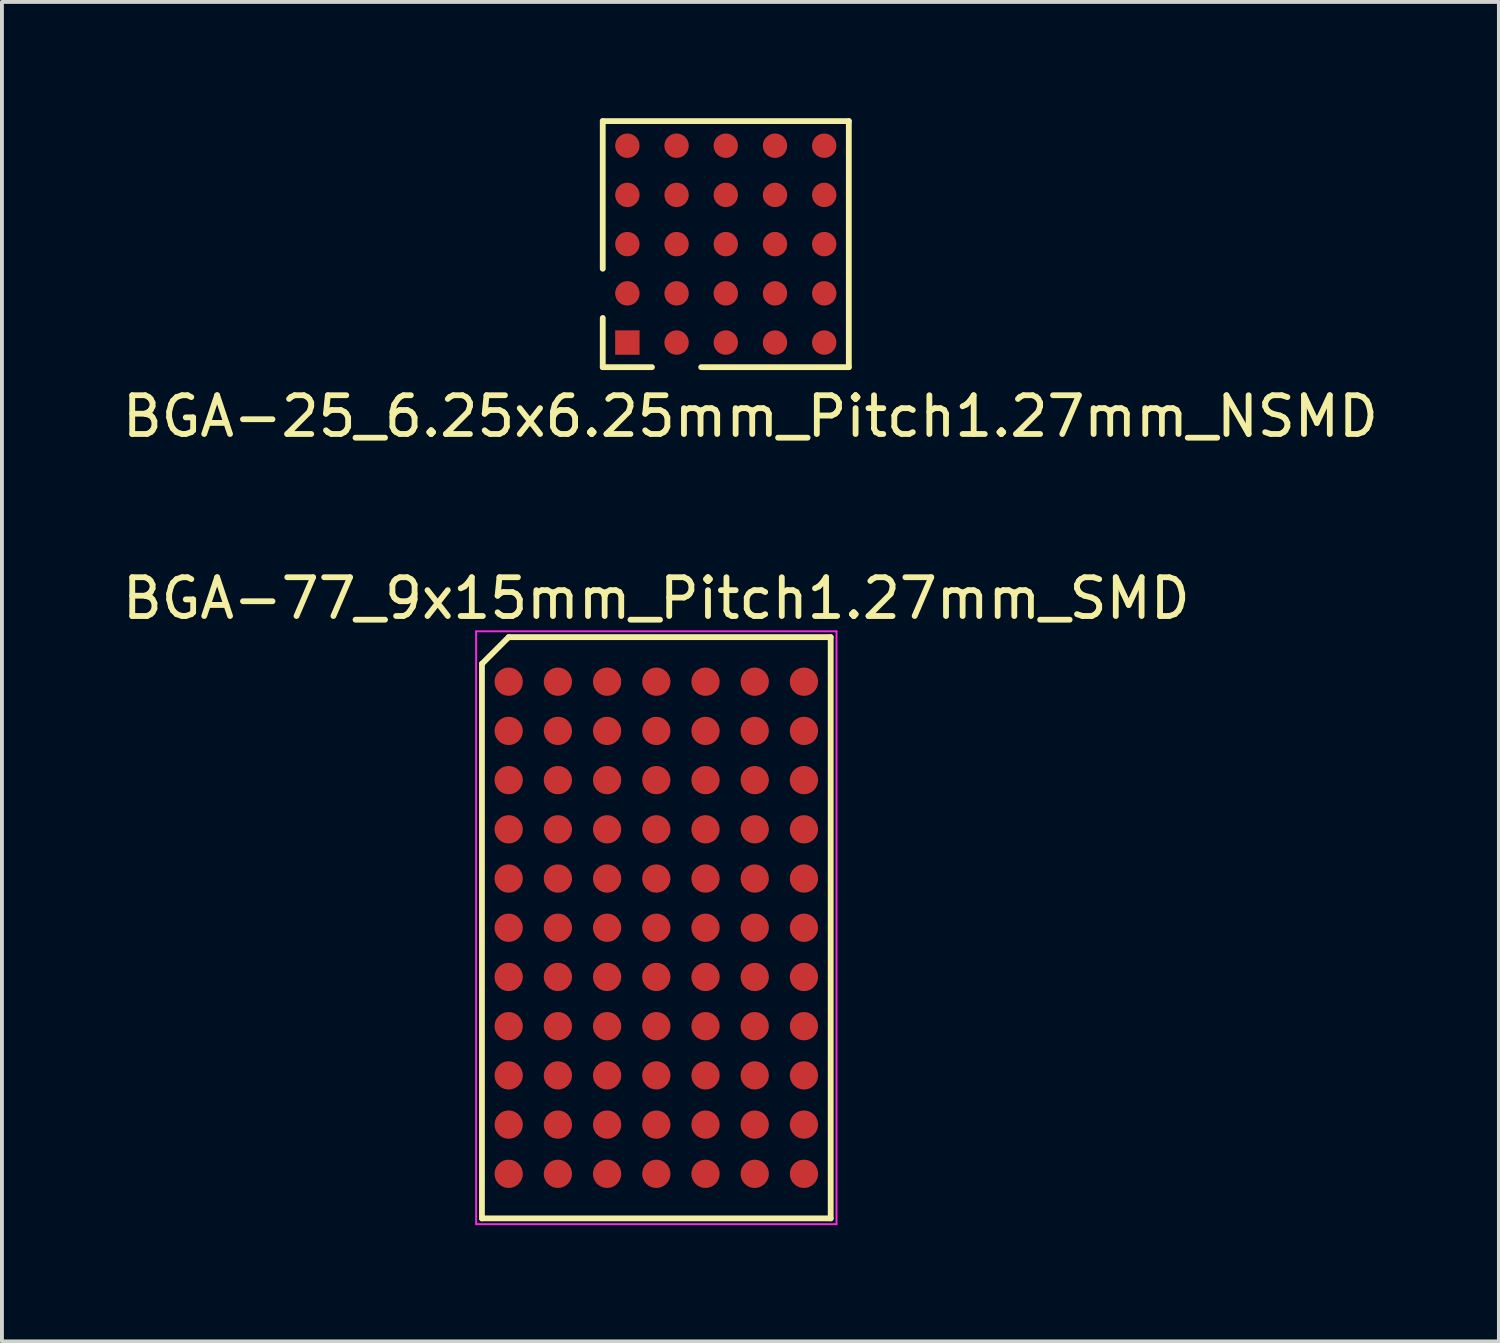
<source format=kicad_pcb>
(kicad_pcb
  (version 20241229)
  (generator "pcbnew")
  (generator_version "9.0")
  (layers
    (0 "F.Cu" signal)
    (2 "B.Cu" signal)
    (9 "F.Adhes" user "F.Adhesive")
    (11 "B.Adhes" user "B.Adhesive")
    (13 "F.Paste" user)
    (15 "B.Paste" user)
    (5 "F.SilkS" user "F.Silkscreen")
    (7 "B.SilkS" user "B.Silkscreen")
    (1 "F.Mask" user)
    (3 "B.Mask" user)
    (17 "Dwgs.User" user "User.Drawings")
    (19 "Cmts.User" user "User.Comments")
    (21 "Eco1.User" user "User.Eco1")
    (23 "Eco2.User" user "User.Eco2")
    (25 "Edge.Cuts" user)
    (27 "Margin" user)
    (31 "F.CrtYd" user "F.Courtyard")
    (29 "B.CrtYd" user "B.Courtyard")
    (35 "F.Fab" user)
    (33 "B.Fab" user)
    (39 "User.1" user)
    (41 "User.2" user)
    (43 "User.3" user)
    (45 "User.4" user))
  (footprint "BGA-25_6.25x6.25mm_Pitch1.27mm_NSMD"
    (layer "F.Cu")
    (at 15.68 3.25)
    (property "Reference" "BGA-25_6.25x6.25mm_Pitch1.27mm_NSMD" (at 0.635 4.445 180) (layer "F.SilkS") (effects (font (size 1 1) (thickness 0.15))))
    (attr smd)
    (fp_line (start -3.175 -3.175) (end 3.175 -3.175) (stroke (width 0.15) (type solid)) (layer "F.SilkS"))
    (fp_line (start -3.175 0.635) (end -3.175 -3.175) (stroke (width 0.15) (type solid)) (layer "F.SilkS"))
    (fp_line (start -3.175 1.905) (end -3.175 3.175) (stroke (width 0.15) (type solid)) (layer "F.SilkS"))
    (fp_line (start -3.175 3.175) (end -1.905 3.175) (stroke (width 0.15) (type solid)) (layer "F.SilkS"))
    (fp_line (start 3.175 -3.175) (end 3.175 3.175) (stroke (width 0.15) (type solid)) (layer "F.SilkS"))
    (fp_line (start 3.175 3.175) (end -0.635 3.175) (stroke (width 0.15) (type solid)) (layer "F.SilkS"))
    (pad "A1" smd rect (at -2.54 2.54) (size 0.63 0.63) (layers "F.Cu" "F.Mask" "F.Paste"))
    (pad "A2" smd circle (at -2.54 1.27) (size 0.63 0.63) (layers "F.Cu" "F.Mask" "F.Paste"))
    (pad "A3" smd circle (at -2.54 0) (size 0.63 0.63) (layers "F.Cu" "F.Mask" "F.Paste"))
    (pad "A4" smd circle (at -2.54 -1.27) (size 0.63 0.63) (layers "F.Cu" "F.Mask" "F.Paste"))
    (pad "A5" smd circle (at -2.54 -2.54) (size 0.63 0.63) (layers "F.Cu" "F.Mask" "F.Paste"))
    (pad "B1" smd circle (at -1.27 2.54) (size 0.63 0.63) (layers "F.Cu" "F.Mask" "F.Paste"))
    (pad "B2" smd circle (at -1.27 1.27) (size 0.63 0.63) (layers "F.Cu" "F.Mask" "F.Paste"))
    (pad "B3" smd circle (at -1.27 0) (size 0.63 0.63) (layers "F.Cu" "F.Mask" "F.Paste"))
    (pad "B4" smd circle (at -1.27 -1.27) (size 0.63 0.63) (layers "F.Cu" "F.Mask" "F.Paste"))
    (pad "B5" smd circle (at -1.27 -2.54) (size 0.63 0.63) (layers "F.Cu" "F.Mask" "F.Paste"))
    (pad "C1" smd circle (at 0 2.54) (size 0.63 0.63) (layers "F.Cu" "F.Mask" "F.Paste"))
    (pad "C2" smd circle (at 0 1.27) (size 0.63 0.63) (layers "F.Cu" "F.Mask" "F.Paste"))
    (pad "C3" smd circle (at 0 0) (size 0.63 0.63) (layers "F.Cu" "F.Mask" "F.Paste"))
    (pad "C4" smd circle (at 0 -1.27) (size 0.63 0.63) (layers "F.Cu" "F.Mask" "F.Paste"))
    (pad "C5" smd circle (at 0 -2.54) (size 0.63 0.63) (layers "F.Cu" "F.Mask" "F.Paste"))
    (pad "D1" smd circle (at 1.27 2.54) (size 0.63 0.63) (layers "F.Cu" "F.Mask" "F.Paste"))
    (pad "D2" smd circle (at 1.27 1.27) (size 0.63 0.63) (layers "F.Cu" "F.Mask" "F.Paste"))
    (pad "D3" smd circle (at 1.27 0) (size 0.63 0.63) (layers "F.Cu" "F.Mask" "F.Paste"))
    (pad "D4" smd circle (at 1.27 -1.27) (size 0.63 0.63) (layers "F.Cu" "F.Mask" "F.Paste"))
    (pad "D5" smd circle (at 1.27 -2.54) (size 0.63 0.63) (layers "F.Cu" "F.Mask" "F.Paste"))
    (pad "E1" smd circle (at 2.54 2.54) (size 0.63 0.63) (layers "F.Cu" "F.Mask" "F.Paste"))
    (pad "E2" smd circle (at 2.54 1.27) (size 0.63 0.63) (layers "F.Cu" "F.Mask" "F.Paste"))
    (pad "E3" smd circle (at 2.54 0) (size 0.63 0.63) (layers "F.Cu" "F.Mask" "F.Paste"))
    (pad "E4" smd circle (at 2.54 -1.27) (size 0.63 0.63) (layers "F.Cu" "F.Mask" "F.Paste"))
    (pad "E5" smd circle (at 2.54 -2.54) (size 0.63 0.63) (layers "F.Cu" "F.Mask" "F.Paste")))
  (footprint "BGA-77_9x15mm_Pitch1.27mm_SMD"
    (layer "F.Cu")
    (at 13.887 20.892)
    (property "Reference" "BGA-77_9x15mm_Pitch1.27mm_SMD" (at 0 -8.5 0) (layer "F.SilkS") (effects (font (size 1 1) (thickness 0.15))))
    (attr smd)
    (fp_line (start -4.5 -6.81) (end -4.5 7.5) (stroke (width 0.15) (type solid)) (layer "F.SilkS"))
    (fp_line (start -4.5 7.5) (end 4.5 7.5) (stroke (width 0.15) (type solid)) (layer "F.SilkS"))
    (fp_line (start -3.81 -7.5) (end -4.5 -6.81) (stroke (width 0.15) (type solid)) (layer "F.SilkS"))
    (fp_line (start 4.5 -7.5) (end -3.81 -7.5) (stroke (width 0.15) (type solid)) (layer "F.SilkS"))
    (fp_line (start 4.5 7.5) (end 4.5 -7.5) (stroke (width 0.15) (type solid)) (layer "F.SilkS"))
    (fp_line (start -4.65 -7.65) (end 4.65 -7.65) (stroke (width 0.05) (type solid)) (layer "F.CrtYd"))
    (fp_line (start -4.65 7.65) (end -4.65 -7.65) (stroke (width 0.05) (type solid)) (layer "F.CrtYd"))
    (fp_line (start 4.65 -7.65) (end 4.65 7.65) (stroke (width 0.05) (type solid)) (layer "F.CrtYd"))
    (fp_line (start 4.65 7.65) (end -4.65 7.65) (stroke (width 0.05) (type solid)) (layer "F.CrtYd"))
    (pad "A1" smd circle (at -3.81 -6.35) (size 0.73 0.73) (layers "F.Cu" "F.Mask" "F.Paste"))
    (pad "A2" smd circle (at -2.54 -6.35) (size 0.73 0.73) (layers "F.Cu" "F.Mask" "F.Paste"))
    (pad "A3" smd circle (at -1.27 -6.35) (size 0.73 0.73) (layers "F.Cu" "F.Mask" "F.Paste"))
    (pad "A4" smd circle (at 0 -6.35) (size 0.73 0.73) (layers "F.Cu" "F.Mask" "F.Paste"))
    (pad "A5" smd circle (at 1.27 -6.35) (size 0.73 0.73) (layers "F.Cu" "F.Mask" "F.Paste"))
    (pad "A6" smd circle (at 2.54 -6.35) (size 0.73 0.73) (layers "F.Cu" "F.Mask" "F.Paste"))
    (pad "A7" smd circle (at 3.81 -6.35) (size 0.73 0.73) (layers "F.Cu" "F.Mask" "F.Paste"))
    (pad "B1" smd circle (at -3.81 -5.08) (size 0.73 0.73) (layers "F.Cu" "F.Mask" "F.Paste"))
    (pad "B2" smd circle (at -2.54 -5.08) (size 0.73 0.73) (layers "F.Cu" "F.Mask" "F.Paste"))
    (pad "B3" smd circle (at -1.27 -5.08) (size 0.73 0.73) (layers "F.Cu" "F.Mask" "F.Paste"))
    (pad "B4" smd circle (at 0 -5.08) (size 0.73 0.73) (layers "F.Cu" "F.Mask" "F.Paste"))
    (pad "B5" smd circle (at 1.27 -5.08) (size 0.73 0.73) (layers "F.Cu" "F.Mask" "F.Paste"))
    (pad "B6" smd circle (at 2.54 -5.08) (size 0.73 0.73) (layers "F.Cu" "F.Mask" "F.Paste"))
    (pad "B7" smd circle (at 3.81 -5.08) (size 0.73 0.73) (layers "F.Cu" "F.Mask" "F.Paste"))
    (pad "C1" smd circle (at -3.81 -3.81) (size 0.73 0.73) (layers "F.Cu" "F.Mask" "F.Paste"))
    (pad "C2" smd circle (at -2.54 -3.81) (size 0.73 0.73) (layers "F.Cu" "F.Mask" "F.Paste"))
    (pad "C3" smd circle (at -1.27 -3.81) (size 0.73 0.73) (layers "F.Cu" "F.Mask" "F.Paste"))
    (pad "C4" smd circle (at 0 -3.81) (size 0.73 0.73) (layers "F.Cu" "F.Mask" "F.Paste"))
    (pad "C5" smd circle (at 1.27 -3.81) (size 0.73 0.73) (layers "F.Cu" "F.Mask" "F.Paste"))
    (pad "C6" smd circle (at 2.54 -3.81) (size 0.73 0.73) (layers "F.Cu" "F.Mask" "F.Paste"))
    (pad "C7" smd circle (at 3.81 -3.81) (size 0.73 0.73) (layers "F.Cu" "F.Mask" "F.Paste"))
    (pad "D1" smd circle (at -3.81 -2.54) (size 0.73 0.73) (layers "F.Cu" "F.Mask" "F.Paste"))
    (pad "D2" smd circle (at -2.54 -2.54) (size 0.73 0.73) (layers "F.Cu" "F.Mask" "F.Paste"))
    (pad "D3" smd circle (at -1.27 -2.54) (size 0.73 0.73) (layers "F.Cu" "F.Mask" "F.Paste"))
    (pad "D4" smd circle (at 0 -2.54) (size 0.73 0.73) (layers "F.Cu" "F.Mask" "F.Paste"))
    (pad "D5" smd circle (at 1.27 -2.54) (size 0.73 0.73) (layers "F.Cu" "F.Mask" "F.Paste"))
    (pad "D6" smd circle (at 2.54 -2.54) (size 0.73 0.73) (layers "F.Cu" "F.Mask" "F.Paste"))
    (pad "D7" smd circle (at 3.81 -2.54) (size 0.73 0.73) (layers "F.Cu" "F.Mask" "F.Paste"))
    (pad "E1" smd circle (at -3.81 -1.27) (size 0.73 0.73) (layers "F.Cu" "F.Mask" "F.Paste"))
    (pad "E2" smd circle (at -2.54 -1.27) (size 0.73 0.73) (layers "F.Cu" "F.Mask" "F.Paste"))
    (pad "E3" smd circle (at -1.27 -1.27) (size 0.73 0.73) (layers "F.Cu" "F.Mask" "F.Paste"))
    (pad "E4" smd circle (at 0 -1.27) (size 0.73 0.73) (layers "F.Cu" "F.Mask" "F.Paste"))
    (pad "E5" smd circle (at 1.27 -1.27) (size 0.73 0.73) (layers "F.Cu" "F.Mask" "F.Paste"))
    (pad "E6" smd circle (at 2.54 -1.27) (size 0.73 0.73) (layers "F.Cu" "F.Mask" "F.Paste"))
    (pad "E7" smd circle (at 3.81 -1.27) (size 0.73 0.73) (layers "F.Cu" "F.Mask" "F.Paste"))
    (pad "F1" smd circle (at -3.81 0) (size 0.73 0.73) (layers "F.Cu" "F.Mask" "F.Paste"))
    (pad "F2" smd circle (at -2.54 0) (size 0.73 0.73) (layers "F.Cu" "F.Mask" "F.Paste"))
    (pad "F3" smd circle (at -1.27 0) (size 0.73 0.73) (layers "F.Cu" "F.Mask" "F.Paste"))
    (pad "F4" smd circle (at 0 0) (size 0.73 0.73) (layers "F.Cu" "F.Mask" "F.Paste"))
    (pad "F5" smd circle (at 1.27 0) (size 0.73 0.73) (layers "F.Cu" "F.Mask" "F.Paste"))
    (pad "F6" smd circle (at 2.54 0) (size 0.73 0.73) (layers "F.Cu" "F.Mask" "F.Paste"))
    (pad "F7" smd circle (at 3.81 0) (size 0.73 0.73) (layers "F.Cu" "F.Mask" "F.Paste"))
    (pad "G1" smd circle (at -3.81 1.27) (size 0.73 0.73) (layers "F.Cu" "F.Mask" "F.Paste"))
    (pad "G2" smd circle (at -2.54 1.27) (size 0.73 0.73) (layers "F.Cu" "F.Mask" "F.Paste"))
    (pad "G3" smd circle (at -1.27 1.27) (size 0.73 0.73) (layers "F.Cu" "F.Mask" "F.Paste"))
    (pad "G4" smd circle (at 0 1.27) (size 0.73 0.73) (layers "F.Cu" "F.Mask" "F.Paste"))
    (pad "G5" smd circle (at 1.27 1.27) (size 0.73 0.73) (layers "F.Cu" "F.Mask" "F.Paste"))
    (pad "G6" smd circle (at 2.54 1.27) (size 0.73 0.73) (layers "F.Cu" "F.Mask" "F.Paste"))
    (pad "G7" smd circle (at 3.81 1.27) (size 0.73 0.73) (layers "F.Cu" "F.Mask" "F.Paste"))
    (pad "H1" smd circle (at -3.81 2.54) (size 0.73 0.73) (layers "F.Cu" "F.Mask" "F.Paste"))
    (pad "H2" smd circle (at -2.54 2.54) (size 0.73 0.73) (layers "F.Cu" "F.Mask" "F.Paste"))
    (pad "H3" smd circle (at -1.27 2.54) (size 0.73 0.73) (layers "F.Cu" "F.Mask" "F.Paste"))
    (pad "H4" smd circle (at 0 2.54) (size 0.73 0.73) (layers "F.Cu" "F.Mask" "F.Paste"))
    (pad "H5" smd circle (at 1.27 2.54) (size 0.73 0.73) (layers "F.Cu" "F.Mask" "F.Paste"))
    (pad "H6" smd circle (at 2.54 2.54) (size 0.73 0.73) (layers "F.Cu" "F.Mask" "F.Paste"))
    (pad "H7" smd circle (at 3.81 2.54) (size 0.73 0.73) (layers "F.Cu" "F.Mask" "F.Paste"))
    (pad "J1" smd circle (at -3.81 3.81) (size 0.73 0.73) (layers "F.Cu" "F.Mask" "F.Paste"))
    (pad "J2" smd circle (at -2.54 3.81) (size 0.73 0.73) (layers "F.Cu" "F.Mask" "F.Paste"))
    (pad "J3" smd circle (at -1.27 3.81) (size 0.73 0.73) (layers "F.Cu" "F.Mask" "F.Paste"))
    (pad "J4" smd circle (at 0 3.81) (size 0.73 0.73) (layers "F.Cu" "F.Mask" "F.Paste"))
    (pad "J5" smd circle (at 1.27 3.81) (size 0.73 0.73) (layers "F.Cu" "F.Mask" "F.Paste"))
    (pad "J6" smd circle (at 2.54 3.81) (size 0.73 0.73) (layers "F.Cu" "F.Mask" "F.Paste"))
    (pad "J7" smd circle (at 3.81 3.81) (size 0.73 0.73) (layers "F.Cu" "F.Mask" "F.Paste"))
    (pad "K1" smd circle (at -3.81 5.08) (size 0.73 0.73) (layers "F.Cu" "F.Mask" "F.Paste"))
    (pad "K2" smd circle (at -2.54 5.08) (size 0.73 0.73) (layers "F.Cu" "F.Mask" "F.Paste"))
    (pad "K3" smd circle (at -1.27 5.08) (size 0.73 0.73) (layers "F.Cu" "F.Mask" "F.Paste"))
    (pad "K4" smd circle (at 0 5.08) (size 0.73 0.73) (layers "F.Cu" "F.Mask" "F.Paste"))
    (pad "K5" smd circle (at 1.27 5.08) (size 0.73 0.73) (layers "F.Cu" "F.Mask" "F.Paste"))
    (pad "K6" smd circle (at 2.54 5.08) (size 0.73 0.73) (layers "F.Cu" "F.Mask" "F.Paste"))
    (pad "K7" smd circle (at 3.81 5.08) (size 0.73 0.73) (layers "F.Cu" "F.Mask" "F.Paste"))
    (pad "L1" smd circle (at -3.81 6.35) (size 0.73 0.73) (layers "F.Cu" "F.Mask" "F.Paste"))
    (pad "L2" smd circle (at -2.54 6.35) (size 0.73 0.73) (layers "F.Cu" "F.Mask" "F.Paste"))
    (pad "L3" smd circle (at -1.27 6.35) (size 0.73 0.73) (layers "F.Cu" "F.Mask" "F.Paste"))
    (pad "L4" smd circle (at 0 6.35) (size 0.73 0.73) (layers "F.Cu" "F.Mask" "F.Paste"))
    (pad "L5" smd circle (at 1.27 6.35) (size 0.73 0.73) (layers "F.Cu" "F.Mask" "F.Paste"))
    (pad "L6" smd circle (at 2.54 6.35) (size 0.73 0.73) (layers "F.Cu" "F.Mask" "F.Paste"))
    (pad "L7" smd circle (at 3.81 6.35) (size 0.73 0.73) (layers "F.Cu" "F.Mask" "F.Paste")))
  (gr_rect
    (start -3 -3)
    (end 35.631 31.567)
    (stroke (width 0.1) (type default))
    (fill no)
    (layer "Edge.Cuts")))
</source>
